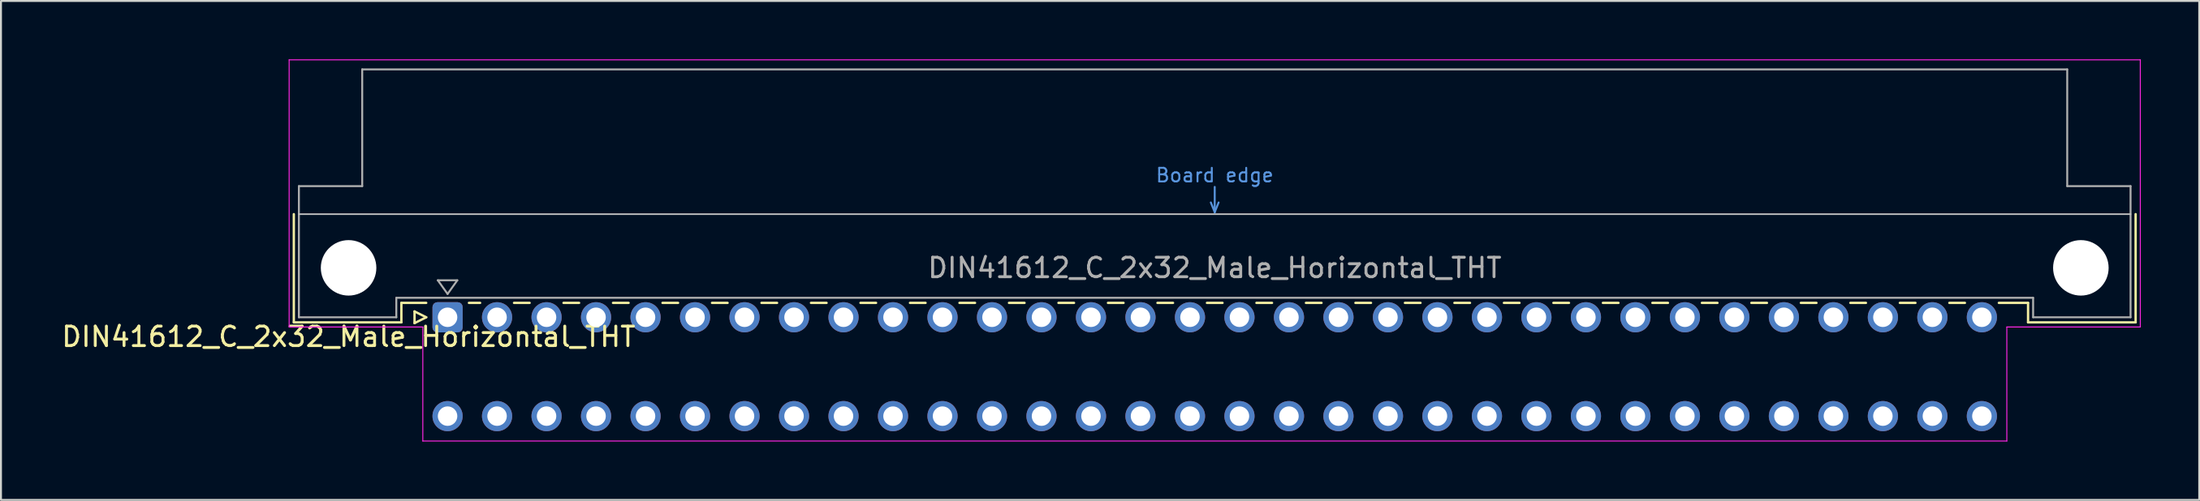
<source format=kicad_pcb>
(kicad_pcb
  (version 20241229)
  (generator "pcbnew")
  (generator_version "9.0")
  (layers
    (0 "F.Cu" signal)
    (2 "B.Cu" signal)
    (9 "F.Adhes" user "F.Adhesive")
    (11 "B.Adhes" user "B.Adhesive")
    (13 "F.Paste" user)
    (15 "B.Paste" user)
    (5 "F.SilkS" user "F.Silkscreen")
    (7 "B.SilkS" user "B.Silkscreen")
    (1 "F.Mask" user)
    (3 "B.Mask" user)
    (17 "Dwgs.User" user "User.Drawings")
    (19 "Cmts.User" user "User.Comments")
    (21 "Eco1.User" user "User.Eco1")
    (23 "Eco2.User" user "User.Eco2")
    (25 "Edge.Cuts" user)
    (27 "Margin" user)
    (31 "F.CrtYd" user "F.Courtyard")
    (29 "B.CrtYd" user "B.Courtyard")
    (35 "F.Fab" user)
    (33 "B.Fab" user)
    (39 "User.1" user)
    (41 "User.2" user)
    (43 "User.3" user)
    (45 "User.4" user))
  (footprint "DIN41612_C_2x32_Male_Horizontal_THT"
    (layer "F.Cu")
    (at 19.919 13.255)
    (property "Reference" "DIN41612_C_2x32_Male_Horizontal_THT" (at -5.08 1 0) (layer "F.SilkS") (effects (font (size 1 1) (thickness 0.15))))
    (attr through_hole)
    (fp_line (start -7.89 -5.3) (end -7.89 0.26) (stroke (width 0.12) (type solid)) (layer "F.SilkS"))
    (fp_line (start -7.89 0.26) (end -2.37 0.26) (stroke (width 0.12) (type solid)) (layer "F.SilkS"))
    (fp_line (start -2.371 -0.74) (end -1.095 -0.74) (stroke (width 0.12) (type solid)) (layer "F.SilkS"))
    (fp_line (start -2.37 0.26) (end -2.37 -0.74) (stroke (width 0.12) (type solid)) (layer "F.SilkS"))
    (fp_line (start -1.695 -0.3) (end -1.695 0.3) (stroke (width 0.12) (type solid)) (layer "F.SilkS"))
    (fp_line (start -1.695 0.3) (end -1.095 0) (stroke (width 0.12) (type solid)) (layer "F.SilkS"))
    (fp_line (start -1.095 0) (end -1.695 -0.3) (stroke (width 0.12) (type solid)) (layer "F.SilkS"))
    (fp_line (start 1.095 -0.74) (end 1.671 -0.74) (stroke (width 0.12) (type solid)) (layer "F.SilkS"))
    (fp_line (start 3.41 -0.74) (end 4.211 -0.74) (stroke (width 0.12) (type solid)) (layer "F.SilkS"))
    (fp_line (start 5.95 -0.74) (end 6.751 -0.74) (stroke (width 0.12) (type solid)) (layer "F.SilkS"))
    (fp_line (start 8.49 -0.74) (end 9.291 -0.74) (stroke (width 0.12) (type solid)) (layer "F.SilkS"))
    (fp_line (start 11.03 -0.74) (end 11.831 -0.74) (stroke (width 0.12) (type solid)) (layer "F.SilkS"))
    (fp_line (start 13.57 -0.74) (end 14.371 -0.74) (stroke (width 0.12) (type solid)) (layer "F.SilkS"))
    (fp_line (start 16.11 -0.74) (end 16.911 -0.74) (stroke (width 0.12) (type solid)) (layer "F.SilkS"))
    (fp_line (start 18.65 -0.74) (end 19.451 -0.74) (stroke (width 0.12) (type solid)) (layer "F.SilkS"))
    (fp_line (start 21.19 -0.74) (end 21.991 -0.74) (stroke (width 0.12) (type solid)) (layer "F.SilkS"))
    (fp_line (start 23.73 -0.74) (end 24.531 -0.74) (stroke (width 0.12) (type solid)) (layer "F.SilkS"))
    (fp_line (start 26.27 -0.74) (end 27.071 -0.74) (stroke (width 0.12) (type solid)) (layer "F.SilkS"))
    (fp_line (start 28.81 -0.74) (end 29.611 -0.74) (stroke (width 0.12) (type solid)) (layer "F.SilkS"))
    (fp_line (start 31.35 -0.74) (end 32.151 -0.74) (stroke (width 0.12) (type solid)) (layer "F.SilkS"))
    (fp_line (start 33.89 -0.74) (end 34.691 -0.74) (stroke (width 0.12) (type solid)) (layer "F.SilkS"))
    (fp_line (start 36.43 -0.74) (end 37.231 -0.74) (stroke (width 0.12) (type solid)) (layer "F.SilkS"))
    (fp_line (start 38.97 -0.74) (end 39.771 -0.74) (stroke (width 0.12) (type solid)) (layer "F.SilkS"))
    (fp_line (start 41.51 -0.74) (end 42.311 -0.74) (stroke (width 0.12) (type solid)) (layer "F.SilkS"))
    (fp_line (start 44.05 -0.74) (end 44.851 -0.74) (stroke (width 0.12) (type solid)) (layer "F.SilkS"))
    (fp_line (start 46.59 -0.74) (end 47.391 -0.74) (stroke (width 0.12) (type solid)) (layer "F.SilkS"))
    (fp_line (start 49.13 -0.74) (end 49.931 -0.74) (stroke (width 0.12) (type solid)) (layer "F.SilkS"))
    (fp_line (start 51.67 -0.74) (end 52.471 -0.74) (stroke (width 0.12) (type solid)) (layer "F.SilkS"))
    (fp_line (start 54.21 -0.74) (end 55.011 -0.74) (stroke (width 0.12) (type solid)) (layer "F.SilkS"))
    (fp_line (start 56.75 -0.74) (end 57.551 -0.74) (stroke (width 0.12) (type solid)) (layer "F.SilkS"))
    (fp_line (start 59.29 -0.74) (end 60.091 -0.74) (stroke (width 0.12) (type solid)) (layer "F.SilkS"))
    (fp_line (start 61.83 -0.74) (end 62.631 -0.74) (stroke (width 0.12) (type solid)) (layer "F.SilkS"))
    (fp_line (start 64.37 -0.74) (end 65.171 -0.74) (stroke (width 0.12) (type solid)) (layer "F.SilkS"))
    (fp_line (start 66.91 -0.74) (end 67.711 -0.74) (stroke (width 0.12) (type solid)) (layer "F.SilkS"))
    (fp_line (start 69.45 -0.74) (end 70.251 -0.74) (stroke (width 0.12) (type solid)) (layer "F.SilkS"))
    (fp_line (start 71.99 -0.74) (end 72.791 -0.74) (stroke (width 0.12) (type solid)) (layer "F.SilkS"))
    (fp_line (start 74.53 -0.74) (end 75.331 -0.74) (stroke (width 0.12) (type solid)) (layer "F.SilkS"))
    (fp_line (start 77.07 -0.74) (end 77.871 -0.74) (stroke (width 0.12) (type solid)) (layer "F.SilkS"))
    (fp_line (start 79.61 -0.74) (end 81.11 -0.74) (stroke (width 0.12) (type solid)) (layer "F.SilkS"))
    (fp_line (start 81.11 0.26) (end 81.11 -0.74) (stroke (width 0.12) (type solid)) (layer "F.SilkS"))
    (fp_line (start 86.63 -5.3) (end 86.63 0.26) (stroke (width 0.12) (type solid)) (layer "F.SilkS"))
    (fp_line (start 86.63 0.26) (end 81.11 0.26) (stroke (width 0.12) (type solid)) (layer "F.SilkS"))
    (fp_line (start -7.63 -5.3) (end 86.37 -5.3) (stroke (width 0.08) (type solid)) (layer "Dwgs.User"))
    (fp_line (start 39.17 -5.9) (end 39.37 -5.4) (stroke (width 0.1) (type solid)) (layer "Cmts.User"))
    (fp_line (start 39.37 -5.4) (end 39.37 -6.7) (stroke (width 0.1) (type solid)) (layer "Cmts.User"))
    (fp_line (start 39.37 -5.4) (end 39.57 -5.9) (stroke (width 0.1) (type solid)) (layer "Cmts.User"))
    (fp_line (start -8.13 -13.23) (end -8.13 0.5) (stroke (width 0.05) (type solid)) (layer "F.CrtYd"))
    (fp_line (start -8.13 0.5) (end -1.27 0.5) (stroke (width 0.05) (type solid)) (layer "F.CrtYd"))
    (fp_line (start -1.27 0.5) (end -1.27 6.36) (stroke (width 0.05) (type solid)) (layer "F.CrtYd"))
    (fp_line (start -1.27 6.36) (end 80.02 6.36) (stroke (width 0.05) (type solid)) (layer "F.CrtYd"))
    (fp_line (start 80.02 0.5) (end 86.87 0.5) (stroke (width 0.05) (type solid)) (layer "F.CrtYd"))
    (fp_line (start 80.02 6.36) (end 80.02 0.5) (stroke (width 0.05) (type solid)) (layer "F.CrtYd"))
    (fp_line (start 86.87 -13.23) (end -8.13 -13.23) (stroke (width 0.05) (type solid)) (layer "F.CrtYd"))
    (fp_line (start 86.87 0.5) (end 86.87 -13.23) (stroke (width 0.05) (type solid)) (layer "F.CrtYd"))
    (fp_line (start -7.63 -6.74) (end -7.63 0) (stroke (width 0.1) (type solid)) (layer "F.Fab"))
    (fp_line (start -7.63 0) (end -2.63 0) (stroke (width 0.1) (type solid)) (layer "F.Fab"))
    (fp_line (start -4.38 -12.74) (end -4.38 -6.74) (stroke (width 0.1) (type solid)) (layer "F.Fab"))
    (fp_line (start -4.38 -6.74) (end -7.63 -6.74) (stroke (width 0.1) (type solid)) (layer "F.Fab"))
    (fp_line (start -2.63 -1) (end 81.37 -1) (stroke (width 0.1) (type solid)) (layer "F.Fab"))
    (fp_line (start -2.63 0) (end -2.63 -1) (stroke (width 0.1) (type solid)) (layer "F.Fab"))
    (fp_line (start -0.5 -1.9) (end 0.5 -1.9) (stroke (width 0.1) (type solid)) (layer "F.Fab"))
    (fp_line (start 0 -1.2) (end -0.5 -1.9) (stroke (width 0.1) (type solid)) (layer "F.Fab"))
    (fp_line (start 0.5 -1.9) (end 0 -1.2) (stroke (width 0.1) (type solid)) (layer "F.Fab"))
    (fp_line (start 81.37 -1) (end 81.37 0) (stroke (width 0.1) (type solid)) (layer "F.Fab"))
    (fp_line (start 81.37 0) (end 86.37 0) (stroke (width 0.1) (type solid)) (layer "F.Fab"))
    (fp_line (start 83.12 -12.74) (end -4.38 -12.74) (stroke (width 0.1) (type solid)) (layer "F.Fab"))
    (fp_line (start 83.12 -6.74) (end 83.12 -12.74) (stroke (width 0.1) (type solid)) (layer "F.Fab"))
    (fp_line (start 86.37 -6.74) (end 83.12 -6.74) (stroke (width 0.1) (type solid)) (layer "F.Fab"))
    (fp_line (start 86.37 0) (end 86.37 -6.74) (stroke (width 0.1) (type solid)) (layer "F.Fab"))
    (fp_text user "Board edge" (at 39.37 -7.3 0) (layer "Cmts.User") (effects (font (size 0.7 0.7) (thickness 0.1))))
    (fp_text user "${REFERENCE}" (at 39.37 -2.54 0) (layer "F.Fab") (effects (font (size 1 1) (thickness 0.15))))
    (pad "" np_thru_hole circle (at -5.08 -2.54) (size 2.85 2.85) (drill 2.85) (layers "*.Cu" "*.Mask"))
    (pad "" np_thru_hole circle (at 83.82 -2.54) (size 2.85 2.85) (drill 2.85) (layers "*.Cu" "*.Mask"))
    (pad "A1" thru_hole roundrect (at 0 0) (size 1.55 1.55) (drill 1) (layers "*.Cu" "*.Mask") (roundrect_rratio 0.161))
    (pad "A2" thru_hole circle (at 2.54 0) (size 1.55 1.55) (drill 1) (layers "*.Cu" "*.Mask"))
    (pad "A3" thru_hole circle (at 5.08 0) (size 1.55 1.55) (drill 1) (layers "*.Cu" "*.Mask"))
    (pad "A4" thru_hole circle (at 7.62 0) (size 1.55 1.55) (drill 1) (layers "*.Cu" "*.Mask"))
    (pad "A5" thru_hole circle (at 10.16 0) (size 1.55 1.55) (drill 1) (layers "*.Cu" "*.Mask"))
    (pad "A6" thru_hole circle (at 12.7 0) (size 1.55 1.55) (drill 1) (layers "*.Cu" "*.Mask"))
    (pad "A7" thru_hole circle (at 15.24 0) (size 1.55 1.55) (drill 1) (layers "*.Cu" "*.Mask"))
    (pad "A8" thru_hole circle (at 17.78 0) (size 1.55 1.55) (drill 1) (layers "*.Cu" "*.Mask"))
    (pad "A9" thru_hole circle (at 20.32 0) (size 1.55 1.55) (drill 1) (layers "*.Cu" "*.Mask"))
    (pad "A10" thru_hole circle (at 22.86 0) (size 1.55 1.55) (drill 1) (layers "*.Cu" "*.Mask"))
    (pad "A11" thru_hole circle (at 25.4 0) (size 1.55 1.55) (drill 1) (layers "*.Cu" "*.Mask"))
    (pad "A12" thru_hole circle (at 27.94 0) (size 1.55 1.55) (drill 1) (layers "*.Cu" "*.Mask"))
    (pad "A13" thru_hole circle (at 30.48 0) (size 1.55 1.55) (drill 1) (layers "*.Cu" "*.Mask"))
    (pad "A14" thru_hole circle (at 33.02 0) (size 1.55 1.55) (drill 1) (layers "*.Cu" "*.Mask"))
    (pad "A15" thru_hole circle (at 35.56 0) (size 1.55 1.55) (drill 1) (layers "*.Cu" "*.Mask"))
    (pad "A16" thru_hole circle (at 38.1 0) (size 1.55 1.55) (drill 1) (layers "*.Cu" "*.Mask"))
    (pad "A17" thru_hole circle (at 40.64 0) (size 1.55 1.55) (drill 1) (layers "*.Cu" "*.Mask"))
    (pad "A18" thru_hole circle (at 43.18 0) (size 1.55 1.55) (drill 1) (layers "*.Cu" "*.Mask"))
    (pad "A19" thru_hole circle (at 45.72 0) (size 1.55 1.55) (drill 1) (layers "*.Cu" "*.Mask"))
    (pad "A20" thru_hole circle (at 48.26 0) (size 1.55 1.55) (drill 1) (layers "*.Cu" "*.Mask"))
    (pad "A21" thru_hole circle (at 50.8 0) (size 1.55 1.55) (drill 1) (layers "*.Cu" "*.Mask"))
    (pad "A22" thru_hole circle (at 53.34 0) (size 1.55 1.55) (drill 1) (layers "*.Cu" "*.Mask"))
    (pad "A23" thru_hole circle (at 55.88 0) (size 1.55 1.55) (drill 1) (layers "*.Cu" "*.Mask"))
    (pad "A24" thru_hole circle (at 58.42 0) (size 1.55 1.55) (drill 1) (layers "*.Cu" "*.Mask"))
    (pad "A25" thru_hole circle (at 60.96 0) (size 1.55 1.55) (drill 1) (layers "*.Cu" "*.Mask"))
    (pad "A26" thru_hole circle (at 63.5 0) (size 1.55 1.55) (drill 1) (layers "*.Cu" "*.Mask"))
    (pad "A27" thru_hole circle (at 66.04 0) (size 1.55 1.55) (drill 1) (layers "*.Cu" "*.Mask"))
    (pad "A28" thru_hole circle (at 68.58 0) (size 1.55 1.55) (drill 1) (layers "*.Cu" "*.Mask"))
    (pad "A29" thru_hole circle (at 71.12 0) (size 1.55 1.55) (drill 1) (layers "*.Cu" "*.Mask"))
    (pad "A30" thru_hole circle (at 73.66 0) (size 1.55 1.55) (drill 1) (layers "*.Cu" "*.Mask"))
    (pad "A31" thru_hole circle (at 76.2 0) (size 1.55 1.55) (drill 1) (layers "*.Cu" "*.Mask"))
    (pad "A32" thru_hole circle (at 78.74 0) (size 1.55 1.55) (drill 1) (layers "*.Cu" "*.Mask"))
    (pad "C1" thru_hole circle (at 0 5.08) (size 1.55 1.55) (drill 1) (layers "*.Cu" "*.Mask"))
    (pad "C2" thru_hole circle (at 2.54 5.08) (size 1.55 1.55) (drill 1) (layers "*.Cu" "*.Mask"))
    (pad "C3" thru_hole circle (at 5.08 5.08) (size 1.55 1.55) (drill 1) (layers "*.Cu" "*.Mask"))
    (pad "C4" thru_hole circle (at 7.62 5.08) (size 1.55 1.55) (drill 1) (layers "*.Cu" "*.Mask"))
    (pad "C5" thru_hole circle (at 10.16 5.08) (size 1.55 1.55) (drill 1) (layers "*.Cu" "*.Mask"))
    (pad "C6" thru_hole circle (at 12.7 5.08) (size 1.55 1.55) (drill 1) (layers "*.Cu" "*.Mask"))
    (pad "C7" thru_hole circle (at 15.24 5.08) (size 1.55 1.55) (drill 1) (layers "*.Cu" "*.Mask"))
    (pad "C8" thru_hole circle (at 17.78 5.08) (size 1.55 1.55) (drill 1) (layers "*.Cu" "*.Mask"))
    (pad "C9" thru_hole circle (at 20.32 5.08) (size 1.55 1.55) (drill 1) (layers "*.Cu" "*.Mask"))
    (pad "C10" thru_hole circle (at 22.86 5.08) (size 1.55 1.55) (drill 1) (layers "*.Cu" "*.Mask"))
    (pad "C11" thru_hole circle (at 25.4 5.08) (size 1.55 1.55) (drill 1) (layers "*.Cu" "*.Mask"))
    (pad "C12" thru_hole circle (at 27.94 5.08) (size 1.55 1.55) (drill 1) (layers "*.Cu" "*.Mask"))
    (pad "C13" thru_hole circle (at 30.48 5.08) (size 1.55 1.55) (drill 1) (layers "*.Cu" "*.Mask"))
    (pad "C14" thru_hole circle (at 33.02 5.08) (size 1.55 1.55) (drill 1) (layers "*.Cu" "*.Mask"))
    (pad "C15" thru_hole circle (at 35.56 5.08) (size 1.55 1.55) (drill 1) (layers "*.Cu" "*.Mask"))
    (pad "C16" thru_hole circle (at 38.1 5.08) (size 1.55 1.55) (drill 1) (layers "*.Cu" "*.Mask"))
    (pad "C17" thru_hole circle (at 40.64 5.08) (size 1.55 1.55) (drill 1) (layers "*.Cu" "*.Mask"))
    (pad "C18" thru_hole circle (at 43.18 5.08) (size 1.55 1.55) (drill 1) (layers "*.Cu" "*.Mask"))
    (pad "C19" thru_hole circle (at 45.72 5.08) (size 1.55 1.55) (drill 1) (layers "*.Cu" "*.Mask"))
    (pad "C20" thru_hole circle (at 48.26 5.08) (size 1.55 1.55) (drill 1) (layers "*.Cu" "*.Mask"))
    (pad "C21" thru_hole circle (at 50.8 5.08) (size 1.55 1.55) (drill 1) (layers "*.Cu" "*.Mask"))
    (pad "C22" thru_hole circle (at 53.34 5.08) (size 1.55 1.55) (drill 1) (layers "*.Cu" "*.Mask"))
    (pad "C23" thru_hole circle (at 55.88 5.08) (size 1.55 1.55) (drill 1) (layers "*.Cu" "*.Mask"))
    (pad "C24" thru_hole circle (at 58.42 5.08) (size 1.55 1.55) (drill 1) (layers "*.Cu" "*.Mask"))
    (pad "C25" thru_hole circle (at 60.96 5.08) (size 1.55 1.55) (drill 1) (layers "*.Cu" "*.Mask"))
    (pad "C26" thru_hole circle (at 63.5 5.08) (size 1.55 1.55) (drill 1) (layers "*.Cu" "*.Mask"))
    (pad "C27" thru_hole circle (at 66.04 5.08) (size 1.55 1.55) (drill 1) (layers "*.Cu" "*.Mask"))
    (pad "C28" thru_hole circle (at 68.58 5.08) (size 1.55 1.55) (drill 1) (layers "*.Cu" "*.Mask"))
    (pad "C29" thru_hole circle (at 71.12 5.08) (size 1.55 1.55) (drill 1) (layers "*.Cu" "*.Mask"))
    (pad "C30" thru_hole circle (at 73.66 5.08) (size 1.55 1.55) (drill 1) (layers "*.Cu" "*.Mask"))
    (pad "C31" thru_hole circle (at 76.2 5.08) (size 1.55 1.55) (drill 1) (layers "*.Cu" "*.Mask"))
    (pad "C32" thru_hole circle (at 78.74 5.08) (size 1.55 1.55) (drill 1) (layers "*.Cu" "*.Mask")))
  (gr_rect
    (start -3 -3)
    (end 109.814 22.64)
    (stroke (width 0.1) (type default))
    (fill no)
    (layer "Edge.Cuts")))
</source>
